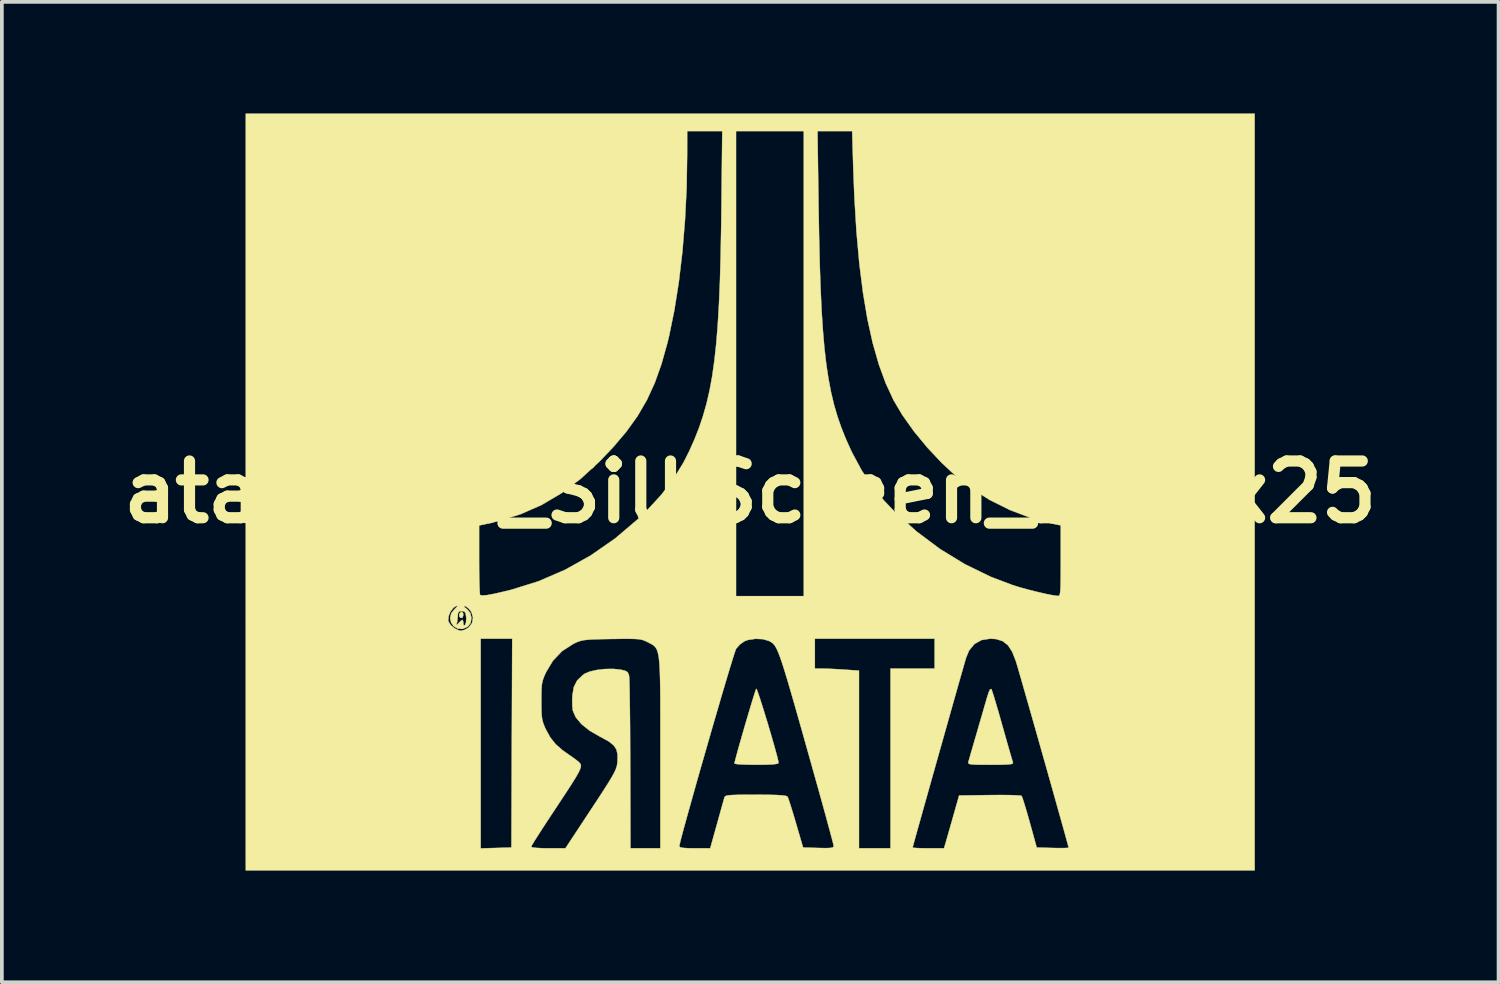
<source format=kicad_pcb>
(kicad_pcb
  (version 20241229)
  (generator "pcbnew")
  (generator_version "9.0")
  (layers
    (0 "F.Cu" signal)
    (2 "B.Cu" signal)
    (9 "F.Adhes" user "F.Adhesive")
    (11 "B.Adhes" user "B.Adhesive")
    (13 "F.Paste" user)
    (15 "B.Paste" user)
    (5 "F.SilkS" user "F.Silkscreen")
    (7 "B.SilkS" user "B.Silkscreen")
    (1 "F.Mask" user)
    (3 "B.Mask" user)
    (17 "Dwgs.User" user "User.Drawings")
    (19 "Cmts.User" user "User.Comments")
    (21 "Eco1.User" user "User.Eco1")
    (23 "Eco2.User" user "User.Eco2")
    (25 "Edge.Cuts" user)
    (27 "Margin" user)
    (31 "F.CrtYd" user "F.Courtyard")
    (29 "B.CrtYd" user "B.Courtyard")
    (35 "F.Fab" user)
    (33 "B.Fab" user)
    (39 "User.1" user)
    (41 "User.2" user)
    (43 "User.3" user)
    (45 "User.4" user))
  (footprint "atari_fuji_SilkScreen_21.2x25"
    (layer "F.Cu")
    (at 17.098 10.165)
    (property "Reference" "atari_fuji_SilkScreen_21.2x25" (at 0 0 0) (layer "F.SilkS") (effects (font (size 1.524 1.524) (thickness 0.3))))
    (attr through_hole)
    (fp_poly (pts (xy -7.712 3.253) (xy -7.705 3.302) (xy -7.727 3.374) (xy -7.777 3.38) (xy -7.811 3.344) (xy -7.816 3.274) (xy -7.769 3.222) (xy -7.745 3.217) (xy -7.712 3.253)) (stroke (width 0.01) (type solid)) (fill yes) (layer "F.SilkS"))
    (fp_poly (pts (xy 0.18 5.313) (xy 0.217 5.413) (xy 0.269 5.568) (xy 0.332 5.765) (xy 0.402 5.991) (xy 0.476 6.233) (xy 0.548 6.478) (xy 0.616 6.711) (xy 0.675 6.922) (xy 0.722 7.095) (xy 0.752 7.218) (xy 0.762 7.276) (xy 0.727 7.297) (xy 0.619 7.312) (xy 0.435 7.321) (xy 0.171 7.324) (xy 0.169 7.324) (xy -0.044 7.321) (xy -0.223 7.315) (xy -0.353 7.306) (xy -0.418 7.294) (xy -0.423 7.289) (xy -0.412 7.233) (xy -0.38 7.112) (xy -0.333 6.937) (xy -0.273 6.725) (xy -0.205 6.487) (xy -0.133 6.239) (xy -0.06 5.993) (xy 0.008 5.763) (xy 0.069 5.563) (xy 0.118 5.408) (xy 0.151 5.309) (xy 0.162 5.282) (xy 0.18 5.313)) (stroke (width 0.01) (type solid)) (fill yes) (layer "F.SilkS"))
    (fp_poly (pts (xy 6.479 5.297) (xy 6.5 5.354) (xy 6.541 5.481) (xy 6.596 5.665) (xy 6.663 5.892) (xy 6.737 6.151) (xy 6.775 6.286) (xy 6.851 6.555) (xy 6.92 6.798) (xy 6.979 7.003) (xy 7.024 7.157) (xy 7.051 7.249) (xy 7.057 7.267) (xy 7.051 7.29) (xy 7.004 7.306) (xy 6.907 7.316) (xy 6.748 7.322) (xy 6.518 7.324) (xy 6.458 7.324) (xy 6.216 7.323) (xy 6.048 7.32) (xy 5.94 7.313) (xy 5.88 7.3) (xy 5.856 7.281) (xy 5.857 7.253) (xy 5.858 7.25) (xy 5.877 7.185) (xy 5.914 7.055) (xy 5.967 6.874) (xy 6.029 6.658) (xy 6.076 6.498) (xy 6.149 6.244) (xy 6.222 5.994) (xy 6.287 5.769) (xy 6.339 5.591) (xy 6.357 5.527) (xy 6.407 5.372) (xy 6.445 5.295) (xy 6.474 5.289) (xy 6.479 5.297)) (stroke (width 0.01) (type solid)) (fill yes) (layer "F.SilkS"))
    (fp_poly (pts (xy 13.547 10.16) (xy -13.547 10.16) (xy -13.547 3.937) (xy -7.239 3.937) (xy -7.239 9.57) (xy -6.826 9.558) (xy -6.413 9.546) (xy -6.413 9.527) (xy -5.884 9.527) (xy -5.845 9.544) (xy -5.735 9.557) (xy -5.571 9.565) (xy -5.424 9.567) (xy -4.963 9.567) (xy -4.273 8.52) (xy -4.074 8.218) (xy -3.918 7.977) (xy -3.798 7.788) (xy -3.71 7.641) (xy -3.648 7.528) (xy -3.608 7.439) (xy -3.584 7.365) (xy -3.571 7.296) (xy -3.565 7.235) (xy -3.562 7.054) (xy -3.592 6.915) (xy -3.667 6.801) (xy -3.798 6.697) (xy -3.997 6.587) (xy -4.039 6.566) (xy -4.313 6.408) (xy -4.531 6.233) (xy -4.684 6.051) (xy -4.764 5.87) (xy -4.766 5.857) (xy -4.779 5.732) (xy -4.78 5.568) (xy -4.775 5.459) (xy -4.736 5.233) (xy -4.647 5.059) (xy -4.494 4.913) (xy -4.451 4.882) (xy -4.315 4.822) (xy -4.122 4.778) (xy -3.899 4.752) (xy -3.674 4.749) (xy -3.484 4.769) (xy -3.359 4.798) (xy -3.293 4.837) (xy -3.261 4.905) (xy -3.254 4.932) (xy -3.249 4.998) (xy -3.244 5.14) (xy -3.239 5.35) (xy -3.235 5.62) (xy -3.231 5.94) (xy -3.227 6.304) (xy -3.225 6.702) (xy -3.223 7.127) (xy -3.222 7.313) (xy -3.217 9.567) (xy -2.413 9.567) (xy -2.413 9.513) (xy -1.905 9.513) (xy -1.882 9.539) (xy -1.805 9.556) (xy -1.663 9.565) (xy -1.489 9.567) (xy -1.074 9.567) (xy -0.894 8.922) (xy -0.831 8.695) (xy -0.775 8.494) (xy -0.73 8.334) (xy -0.701 8.23) (xy -0.693 8.202) (xy -0.679 8.176) (xy -0.646 8.157) (xy -0.584 8.144) (xy -0.48 8.136) (xy -0.325 8.131) (xy -0.105 8.128) (xy 0.149 8.128) (xy 0.456 8.13) (xy 0.686 8.135) (xy 0.848 8.144) (xy 0.95 8.157) (xy 0.998 8.176) (xy 1.003 8.181) (xy 1.026 8.238) (xy 1.067 8.361) (xy 1.122 8.536) (xy 1.186 8.747) (xy 1.228 8.89) (xy 1.419 9.546) (xy 1.831 9.558) (xy 2.028 9.562) (xy 2.153 9.557) (xy 2.221 9.543) (xy 2.243 9.517) (xy 2.244 9.512) (xy 2.233 9.46) (xy 2.201 9.335) (xy 2.151 9.147) (xy 2.085 8.904) (xy 2.007 8.616) (xy 1.917 8.291) (xy 1.819 7.938) (xy 1.782 7.807) (xy 1.605 7.176) (xy 1.449 6.621) (xy 1.313 6.138) (xy 1.194 5.721) (xy 1.091 5.365) (xy 1.003 5.064) (xy 0.927 4.815) (xy 0.863 4.611) (xy 0.807 4.448) (xy 0.759 4.32) (xy 0.716 4.223) (xy 0.678 4.151) (xy 0.641 4.099) (xy 0.606 4.062) (xy 0.569 4.034) (xy 0.529 4.012) (xy 0.506 3.999) (xy 0.342 3.95) (xy 0.143 3.941) (xy -0.054 3.97) (xy -0.152 4.005) (xy -0.274 4.09) (xy -0.376 4.204) (xy -0.38 4.21) (xy -0.402 4.268) (xy -0.445 4.399) (xy -0.506 4.595) (xy -0.583 4.847) (xy -0.672 5.145) (xy -0.772 5.483) (xy -0.879 5.851) (xy -0.993 6.24) (xy -1.109 6.643) (xy -1.226 7.05) (xy -1.342 7.453) (xy -1.453 7.844) (xy -1.557 8.214) (xy -1.652 8.554) (xy -1.736 8.856) (xy -1.806 9.111) (xy -1.859 9.311) (xy -1.892 9.448) (xy -1.905 9.512) (xy -1.905 9.513) (xy -2.413 9.513) (xy -2.413 6.995) (xy -2.413 6.441) (xy -2.413 5.966) (xy -2.414 5.563) (xy -2.417 5.225) (xy -2.423 4.947) (xy -2.431 4.721) (xy -2.444 4.542) (xy -2.461 4.403) (xy -2.484 4.298) (xy -2.513 4.22) (xy -2.548 4.164) (xy -2.592 4.122) (xy -2.643 4.088) (xy -2.704 4.056) (xy -2.755 4.03) (xy -2.825 3.996) (xy -2.893 3.971) (xy -2.974 3.954) (xy -3.081 3.945) (xy -3.23 3.941) (xy -3.433 3.941) (xy -3.706 3.945) (xy -3.725 3.945) (xy -4.002 3.95) (xy -4.21 3.956) (xy -4.363 3.965) (xy -4.477 3.979) (xy -4.566 3.999) (xy -4.646 4.028) (xy -4.732 4.068) (xy -4.752 4.078) (xy -5.052 4.271) (xy -5.298 4.529) (xy -5.477 4.826) (xy -5.534 4.949) (xy -5.571 5.052) (xy -5.594 5.158) (xy -5.605 5.291) (xy -5.609 5.472) (xy -5.609 5.609) (xy -5.608 5.832) (xy -5.601 5.992) (xy -5.585 6.113) (xy -5.556 6.216) (xy -5.512 6.324) (xy -5.49 6.371) (xy -5.371 6.588) (xy -5.226 6.77) (xy -5.035 6.938) (xy -4.841 7.074) (xy -4.71 7.165) (xy -4.608 7.247) (xy -4.557 7.302) (xy -4.556 7.306) (xy -4.547 7.344) (xy -4.552 7.392) (xy -4.575 7.458) (xy -4.62 7.55) (xy -4.692 7.675) (xy -4.796 7.841) (xy -4.936 8.057) (xy -5.116 8.33) (xy -5.246 8.527) (xy -5.414 8.781) (xy -5.566 9.013) (xy -5.694 9.213) (xy -5.795 9.371) (xy -5.86 9.479) (xy -5.884 9.526) (xy -5.884 9.527) (xy -6.413 9.527) (xy -6.403 6.742) (xy -6.392 3.937) (xy 1.736 3.937) (xy 1.736 4.741) (xy 1.941 4.741) (xy 2.08 4.744) (xy 2.268 4.753) (xy 2.473 4.765) (xy 2.533 4.769) (xy 2.921 4.796) (xy 2.921 9.567) (xy 3.768 9.567) (xy 3.768 9.546) (xy 4.36 9.546) (xy 4.4 9.555) (xy 4.506 9.562) (xy 4.661 9.566) (xy 4.782 9.567) (xy 5.205 9.567) (xy 5.288 9.282) (xy 5.337 9.11) (xy 5.399 8.894) (xy 5.463 8.668) (xy 5.49 8.572) (xy 5.61 8.149) (xy 6.432 8.138) (xy 6.688 8.136) (xy 6.915 8.137) (xy 7.099 8.142) (xy 7.227 8.149) (xy 7.286 8.158) (xy 7.287 8.159) (xy 7.309 8.209) (xy 7.348 8.327) (xy 7.4 8.497) (xy 7.461 8.707) (xy 7.507 8.869) (xy 7.694 9.546) (xy 8.123 9.558) (xy 8.301 9.561) (xy 8.444 9.56) (xy 8.532 9.555) (xy 8.551 9.549) (xy 8.54 9.503) (xy 8.508 9.384) (xy 8.458 9.201) (xy 8.391 8.962) (xy 8.311 8.677) (xy 8.22 8.352) (xy 8.121 7.998) (xy 8.015 7.622) (xy 7.905 7.234) (xy 7.794 6.841) (xy 7.684 6.452) (xy 7.577 6.077) (xy 7.476 5.723) (xy 7.383 5.398) (xy 7.302 5.113) (xy 7.233 4.875) (xy 7.18 4.692) (xy 7.145 4.574) (xy 7.137 4.548) (xy 7.039 4.295) (xy 6.925 4.117) (xy 6.783 4.004) (xy 6.605 3.948) (xy 6.448 3.937) (xy 6.212 3.974) (xy 6.02 4.082) (xy 5.876 4.259) (xy 5.797 4.45) (xy 5.77 4.544) (xy 5.724 4.705) (xy 5.661 4.924) (xy 5.584 5.194) (xy 5.496 5.506) (xy 5.398 5.851) (xy 5.294 6.221) (xy 5.185 6.608) (xy 5.073 7.003) (xy 4.962 7.398) (xy 4.853 7.783) (xy 4.75 8.152) (xy 4.653 8.495) (xy 4.567 8.804) (xy 4.492 9.07) (xy 4.432 9.286) (xy 4.389 9.442) (xy 4.365 9.53) (xy 4.36 9.546) (xy 3.768 9.546) (xy 3.768 4.741) (xy 4.953 4.741) (xy 4.953 3.937) (xy 1.736 3.937) (xy -6.392 3.937) (xy -7.239 3.937) (xy -13.547 3.937) (xy -13.547 3.454) (xy -8.11 3.454) (xy -8.105 3.476) (xy -8.04 3.577) (xy -7.928 3.667) (xy -7.808 3.72) (xy -7.768 3.725) (xy -7.669 3.7) (xy -7.563 3.638) (xy -7.562 3.638) (xy -7.471 3.518) (xy -7.446 3.371) (xy -7.487 3.223) (xy -7.556 3.133) (xy -7.633 3.072) (xy -7.681 3.054) (xy -7.685 3.056) (xy -7.67 3.092) (xy -7.603 3.147) (xy -7.6 3.149) (xy -7.518 3.247) (xy -7.487 3.379) (xy -7.508 3.512) (xy -7.583 3.614) (xy -7.587 3.617) (xy -7.727 3.676) (xy -7.856 3.667) (xy -7.963 3.604) (xy -7.984 3.574) (xy -7.89 3.574) (xy -7.847 3.534) (xy -7.839 3.524) (xy -7.771 3.457) (xy -7.73 3.429) (xy -7.71 3.465) (xy -7.705 3.522) (xy -7.694 3.583) (xy -7.659 3.57) (xy -7.633 3.501) (xy -7.626 3.389) (xy -7.628 3.36) (xy -7.644 3.253) (xy -7.679 3.206) (xy -7.747 3.196) (xy -7.819 3.207) (xy -7.849 3.258) (xy -7.854 3.344) (xy -7.865 3.464) (xy -7.888 3.552) (xy -7.889 3.556) (xy -7.89 3.574) (xy -7.984 3.574) (xy -8.034 3.503) (xy -8.06 3.381) (xy -8.027 3.252) (xy -7.942 3.147) (xy -7.872 3.076) (xy -7.868 3.049) (xy -7.925 3.076) (xy -7.968 3.106) (xy -8.047 3.203) (xy -8.1 3.333) (xy -8.11 3.454) (xy -13.547 3.454) (xy -13.547 0.897) (xy -7.281 0.897) (xy -7.281 1.818) (xy -7.28 2.088) (xy -7.277 2.33) (xy -7.271 2.531) (xy -7.265 2.676) (xy -7.257 2.755) (xy -7.254 2.765) (xy -7.196 2.779) (xy -7.071 2.768) (xy -6.876 2.732) (xy -6.606 2.67) (xy -6.411 2.622) (xy -5.681 2.394) (xy -4.969 2.086) (xy -4.282 1.701) (xy -3.625 1.244) (xy -3.006 0.718) (xy -2.772 0.491) (xy -2.384 0.069) (xy -2.062 -0.353) (xy -1.791 -0.795) (xy -1.635 -1.105) (xy -1.498 -1.413) (xy -1.376 -1.722) (xy -1.269 -2.04) (xy -1.174 -2.372) (xy -1.092 -2.726) (xy -1.022 -3.107) (xy -0.963 -3.524) (xy -0.913 -3.981) (xy -0.872 -4.487) (xy -0.839 -5.047) (xy -0.813 -5.668) (xy -0.794 -6.357) (xy -0.78 -7.12) (xy -0.774 -7.567) (xy -0.751 -9.694) (xy -0.381 -9.694) (xy -0.381 2.794) (xy 1.439 2.794) (xy 1.439 -9.694) (xy 1.807 -9.694) (xy 1.836 -7.652) (xy 1.85 -6.847) (xy 1.867 -6.12) (xy 1.89 -5.465) (xy 1.917 -4.875) (xy 1.952 -4.343) (xy 1.993 -3.864) (xy 2.043 -3.431) (xy 2.103 -3.037) (xy 2.172 -2.676) (xy 2.252 -2.341) (xy 2.344 -2.026) (xy 2.449 -1.725) (xy 2.567 -1.431) (xy 2.7 -1.136) (xy 2.749 -1.035) (xy 2.996 -0.577) (xy 3.271 -0.164) (xy 3.594 0.229) (xy 3.876 0.525) (xy 4.464 1.056) (xy 5.098 1.53) (xy 5.768 1.939) (xy 6.462 2.277) (xy 7.038 2.495) (xy 7.246 2.56) (xy 7.482 2.625) (xy 7.724 2.685) (xy 7.949 2.737) (xy 8.137 2.773) (xy 8.265 2.79) (xy 8.266 2.79) (xy 8.29 2.786) (xy 8.308 2.764) (xy 8.321 2.713) (xy 8.33 2.624) (xy 8.336 2.487) (xy 8.338 2.291) (xy 8.34 2.026) (xy 8.34 1.845) (xy 8.34 0.895) (xy 8.096 0.845) (xy 7.536 0.695) (xy 6.971 0.48) (xy 6.429 0.21) (xy 5.951 -0.091) (xy 5.549 -0.407) (xy 5.146 -0.781) (xy 4.757 -1.195) (xy 4.398 -1.63) (xy 4.086 -2.069) (xy 3.85 -2.468) (xy 3.64 -2.92) (xy 3.453 -3.432) (xy 3.289 -4.007) (xy 3.147 -4.649) (xy 3.028 -5.359) (xy 2.93 -6.14) (xy 2.853 -6.997) (xy 2.797 -7.93) (xy 2.767 -8.71) (xy 2.738 -9.694) (xy 1.807 -9.694) (xy 1.439 -9.694) (xy -0.381 -9.694) (xy -0.751 -9.694) (xy -1.693 -9.694) (xy -1.694 -9.049) (xy -1.708 -8.168) (xy -1.752 -7.298) (xy -1.822 -6.452) (xy -1.917 -5.643) (xy -2.037 -4.885) (xy -2.179 -4.192) (xy -2.223 -4.01) (xy -2.382 -3.441) (xy -2.563 -2.933) (xy -2.775 -2.472) (xy -3.028 -2.038) (xy -3.331 -1.617) (xy -3.693 -1.191) (xy -4.043 -0.826) (xy -4.551 -0.358) (xy -5.069 0.031) (xy -5.605 0.347) (xy -6.17 0.595) (xy -6.774 0.782) (xy -6.953 0.825) (xy -7.281 0.897) (xy -13.547 0.897) (xy -13.547 -10.16) (xy 13.547 -10.16) (xy 13.547 10.16)) (stroke (width 0.01) (type solid)) (fill yes) (layer "F.SilkS")))
  (gr_rect
    (start -3 -3)
    (end 37.196 23.33)
    (stroke (width 0.1) (type default))
    (fill no)
    (layer "Edge.Cuts")))
</source>
